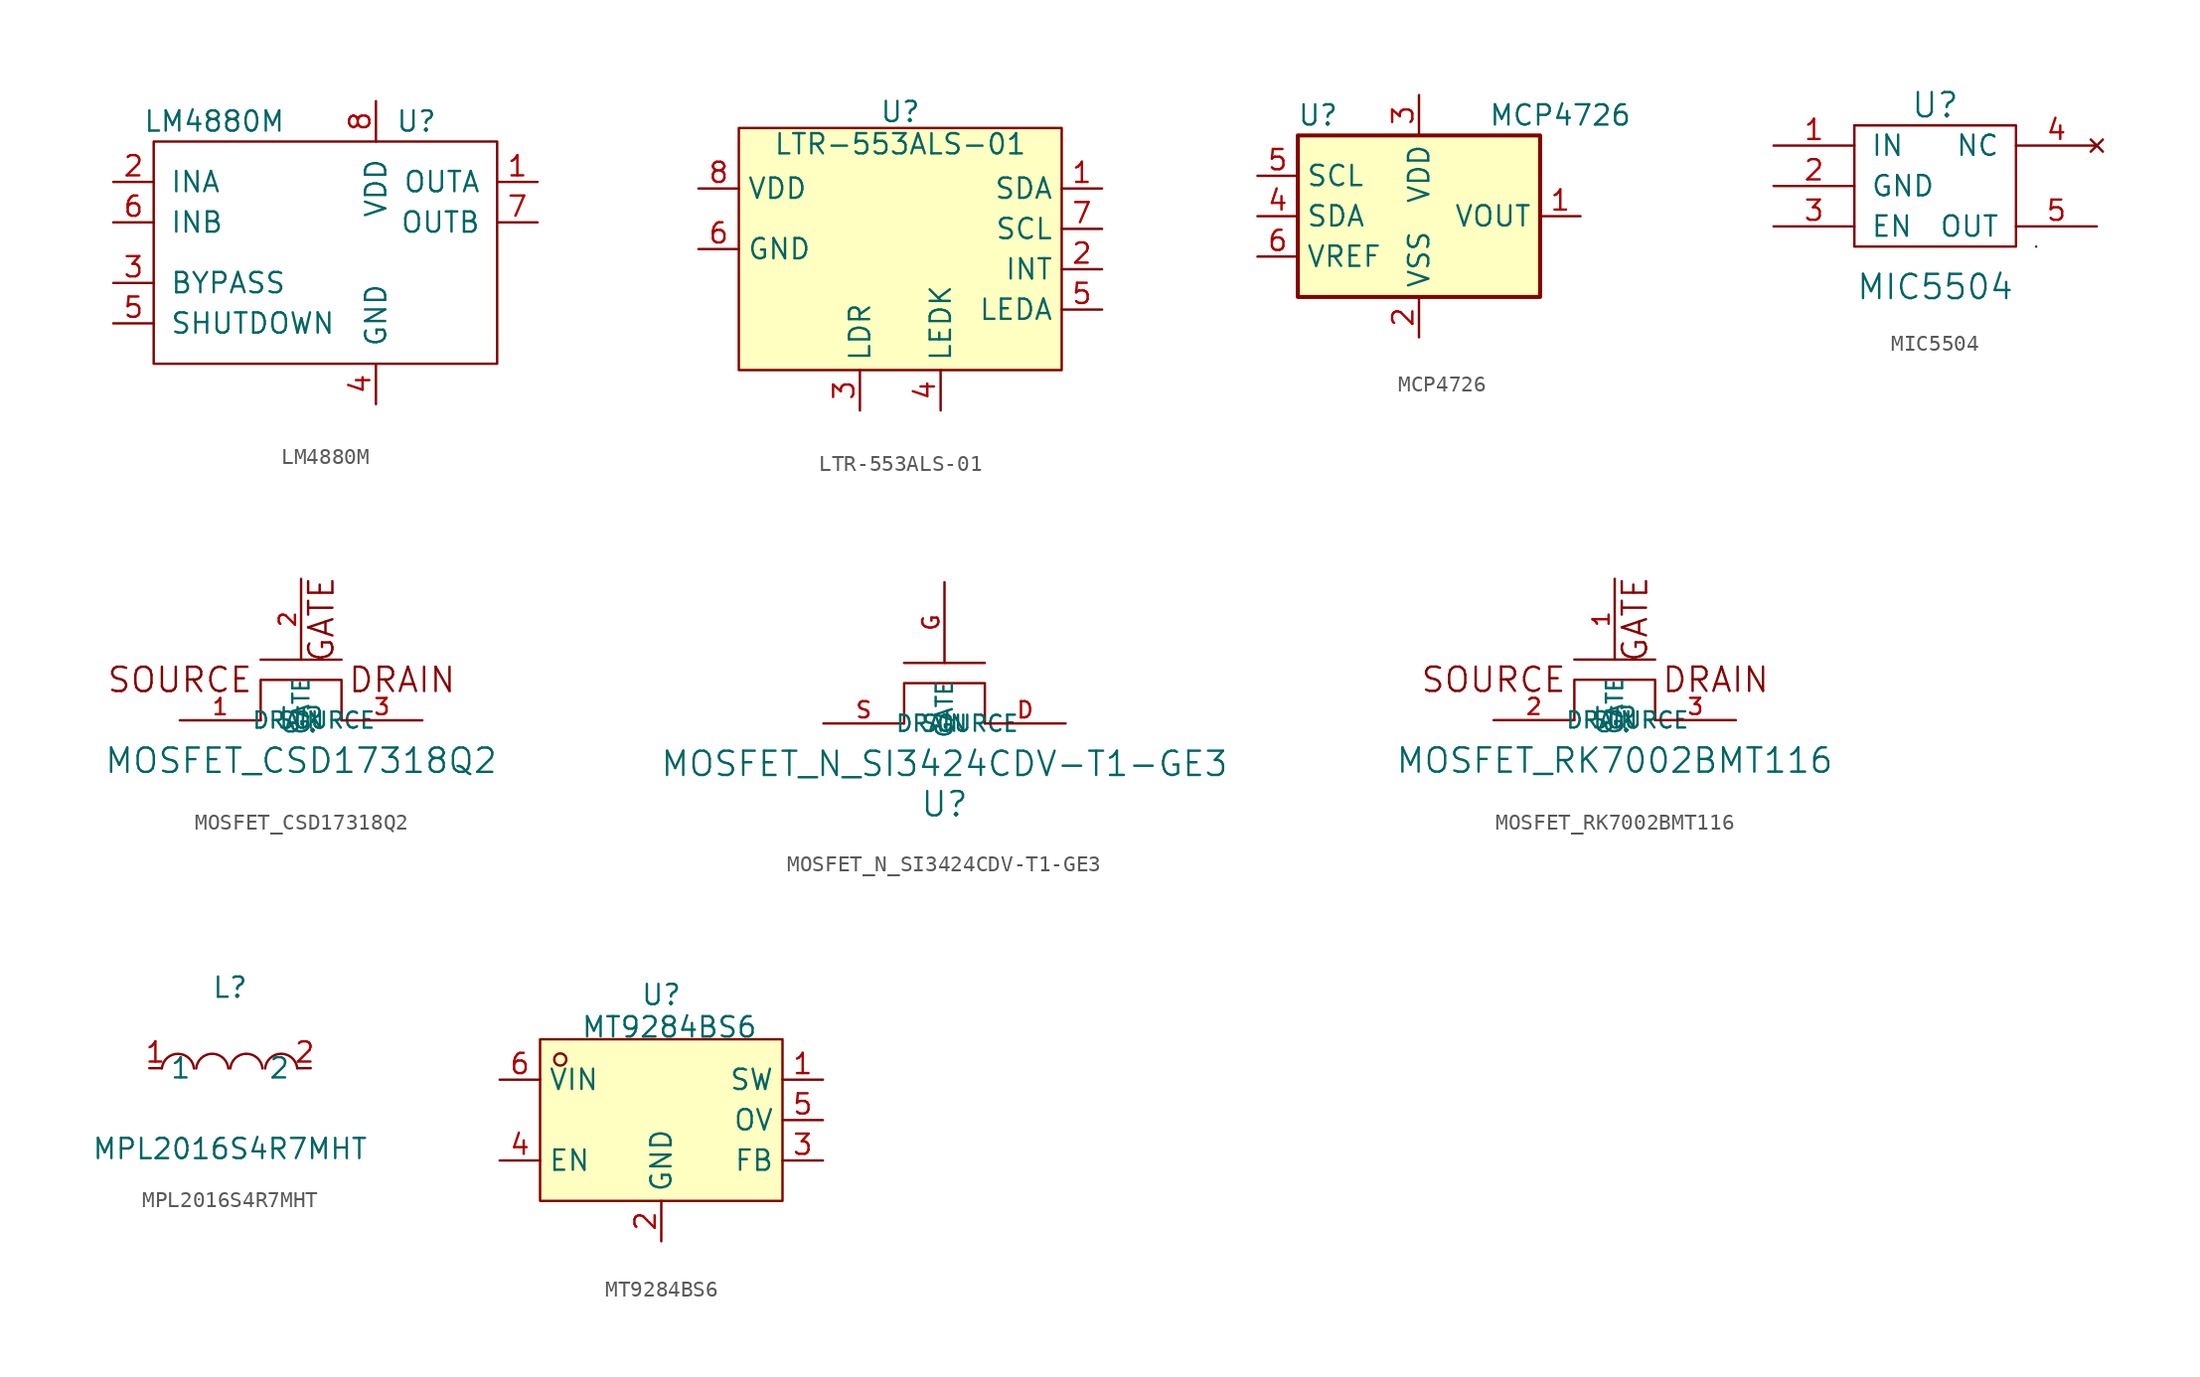
<source format=kicad_sym>
(kicad_symbol_lib
  (version 20231120)
  (generator "kicad_symbol_editor")
  (generator_version "8.0")
  (symbol "LM4880M"
    (pin_names
      (offset 1.016))
    (property "Reference" "U"
      (at 2.54 7.62 0)
      (effects (font (size 1.27 1.27))))
    (property "Value" "LM4880M"
      (at -10.16 7.62 0)
      (effects (font (size 1.27 1.27))))
    (symbol "LM4880M_0_1"
      (rectangle (start -13.97 6.35) (end 7.62 -7.62) (stroke (width 0) (type default)) (fill (type none))))
    (symbol "LM4880M_1_1"
      (pin output line (at 10.16 3.81 180) (length 2.54) (name "OUTA" (effects (font (size 1.27 1.27)))) (number "1" (effects (font (size 1.27 1.27)))))
      (pin input line (at -16.51 3.81 0) (length 2.54) (name "INA" (effects (font (size 1.27 1.27)))) (number "2" (effects (font (size 1.27 1.27)))))
      (pin input line (at -16.51 -2.54 0) (length 2.54) (name "BYPASS" (effects (font (size 1.27 1.27)))) (number "3" (effects (font (size 1.27 1.27)))))
      (pin power_in line (at 0 -10.16 90) (length 2.54) (name "GND" (effects (font (size 1.27 1.27)))) (number "4" (effects (font (size 1.27 1.27)))))
      (pin input line (at -16.51 -5.08 0) (length 2.54) (name "SHUTDOWN" (effects (font (size 1.27 1.27)))) (number "5" (effects (font (size 1.27 1.27)))))
      (pin input line (at -16.51 1.27 0) (length 2.54) (name "INB" (effects (font (size 1.27 1.27)))) (number "6" (effects (font (size 1.27 1.27)))))
      (pin output line (at 10.16 1.27 180) (length 2.54) (name "OUTB" (effects (font (size 1.27 1.27)))) (number "7" (effects (font (size 1.27 1.27)))))
      (pin power_in line (at 0 8.89 270) (length 2.54) (name "VDD" (effects (font (size 1.27 1.27)))) (number "8" (effects (font (size 1.27 1.27)))))))
  (symbol "LTR-553ALS-01"
    (property "Reference" "U"
      (at 0 7.366 0)
      (effects (font (size 1.27 1.27))))
    (property "Value" "LTR-553ALS-01"
      (at 0 5.334 0)
      (effects (font (size 1.27 1.27))))
    (symbol "LTR-553ALS-01_0_1"
      (rectangle (start -10.16 6.35) (end 10.16 -8.89) (stroke (width 0) (type default)) (fill (type background))))
    (symbol "LTR-553ALS-01_1_1"
      (pin bidirectional line (at 12.7 2.54 180) (length 2.54) (name "SDA" (effects (font (size 1.27 1.27)))) (number "1" (effects (font (size 1.27 1.27)))))
      (pin output line (at 12.7 -2.54 180) (length 2.54) (name "INT" (effects (font (size 1.27 1.27)))) (number "2" (effects (font (size 1.27 1.27)))))
      (pin output line (at -2.54 -11.43 90) (length 2.54) (name "LDR" (effects (font (size 1.27 1.27)))) (number "3" (effects (font (size 1.27 1.27)))))
      (pin input line (at 2.54 -11.43 90) (length 2.54) (name "LEDK" (effects (font (size 1.27 1.27)))) (number "4" (effects (font (size 1.27 1.27)))))
      (pin input line (at 12.7 -5.08 180) (length 2.54) (name "LEDA" (effects (font (size 1.27 1.27)))) (number "5" (effects (font (size 1.27 1.27)))))
      (pin power_in line (at -12.7 -1.27 0) (length 2.54) (name "GND" (effects (font (size 1.27 1.27)))) (number "6" (effects (font (size 1.27 1.27)))))
      (pin input line (at 12.7 0 180) (length 2.54) (name "SCL" (effects (font (size 1.27 1.27)))) (number "7" (effects (font (size 1.27 1.27)))))
      (pin power_in line (at -12.7 2.54 0) (length 2.54) (name "VDD" (effects (font (size 1.27 1.27)))) (number "8" (effects (font (size 1.27 1.27)))))))
  (symbol "MCP4726"
    (property "Reference" "U"
      (at -6.35 6.35 0)
      (effects (font (size 1.27 1.27))))
    (property "Value" "MCP4726"
      (at 8.89 6.35 0)
      (effects (font (size 1.27 1.27))))
    (symbol "MCP4726_0_1"
      (rectangle (start -7.62 5.08) (end 7.62 -5.08) (stroke (width 0.254) (type default)) (fill (type background))))
    (symbol "MCP4726_1_1"
      (pin output line (at 10.16 0 180) (length 2.54) (name "VOUT" (effects (font (size 1.27 1.27)))) (number "1" (effects (font (size 1.27 1.27)))))
      (pin power_in line (at 0 -7.62 90) (length 2.54) (name "VSS" (effects (font (size 1.27 1.27)))) (number "2" (effects (font (size 1.27 1.27)))))
      (pin power_in line (at 0 7.62 270) (length 2.54) (name "VDD" (effects (font (size 1.27 1.27)))) (number "3" (effects (font (size 1.27 1.27)))))
      (pin bidirectional line (at -10.16 0 0) (length 2.54) (name "SDA" (effects (font (size 1.27 1.27)))) (number "4" (effects (font (size 1.27 1.27)))))
      (pin input line (at -10.16 2.54 0) (length 2.54) (name "SCL" (effects (font (size 1.27 1.27)))) (number "5" (effects (font (size 1.27 1.27)))))
      (pin input line (at -10.16 -2.54 0) (length 2.54) (name "VREF" (effects (font (size 1.27 1.27)))) (number "6" (effects (font (size 1.27 1.27)))))))
  (symbol "MIC5504"
    (pin_names
      (offset 1.016))
    (property "Reference" "U"
      (at 0 10.16 0)
      (effects (font (size 1.524 1.524))))
    (property "Value" "MIC5504"
      (at 0 -1.27 0)
      (effects (font (size 1.524 1.524))))
    (property "Footprint" ""
      (at 0 -1.27 0)
      (effects (font (size 1.524 1.524))))
    (property "Datasheet" ""
      (at 0 -1.27 0)
      (effects (font (size 1.524 1.524))))
    (symbol "MIC5504_0_1"
      (rectangle (start -5.08 8.89) (end -5.08 8.89) (stroke (width 0) (type default)) (fill (type none)))
      (rectangle (start 5.08 1.27) (end -5.08 8.89) (stroke (width 0) (type default)) (fill (type none)))
      (rectangle (start 6.35 1.27) (end 6.35 1.27) (stroke (width 0) (type default)) (fill (type none))))
    (symbol "MIC5504_1_1"
      (pin input line (at -10.16 7.62 0) (length 5.08) (name "IN" (effects (font (size 1.27 1.27)))) (number "1" (effects (font (size 1.27 1.27)))))
      (pin input line (at -10.16 5.08 0) (length 5.08) (name "GND" (effects (font (size 1.27 1.27)))) (number "2" (effects (font (size 1.27 1.27)))))
      (pin input line (at -10.16 2.54 0) (length 5.08) (name "EN" (effects (font (size 1.27 1.27)))) (number "3" (effects (font (size 1.27 1.27)))))
      (pin no_connect line (at 10.16 7.62 180) (length 5.08) (name "NC" (effects (font (size 1.27 1.27)))) (number "4" (effects (font (size 1.27 1.27)))))
      (pin output line (at 10.16 2.54 180) (length 5.08) (name "OUT" (effects (font (size 1.27 1.27)))) (number "5" (effects (font (size 1.27 1.27)))))))
  (symbol "MOSFET_CSD17318Q2"
    (pin_names
      (offset 1.016))
    (property "Reference" "U"
      (at 0 2.54 0)
      (effects (font (size 1.524 1.524))))
    (property "Value" "MOSFET_CSD17318Q2"
      (at 0 0 0)
      (effects (font (size 1.524 1.524))))
    (property "Footprint" ""
      (at 0 -1.27 0)
      (effects (font (size 1.524 1.524))))
    (property "Datasheet" ""
      (at 0 -1.27 0)
      (effects (font (size 1.524 1.524))))
    (symbol "MOSFET_CSD17318Q2_0_0"
      (text "DRAIN" (at 6.35 5.08 0) (effects (font (size 1.524 1.524))))
      (text "GATE" (at 1.27 8.89 900) (effects (font (size 1.524 1.524))))
      (text "SOURCE" (at -7.62 5.08 0) (effects (font (size 1.524 1.524)))))
    (symbol "MOSFET_CSD17318Q2_0_1"
      (polyline (pts (xy 2.54 6.35) (xy -2.54 6.35)) (stroke (width 0) (type default)) (fill (type none)))
      (polyline (pts (xy -2.54 2.54) (xy -2.54 5.08) (xy 2.54 5.08) (xy 2.54 2.54)) (stroke (width 0) (type default)) (fill (type none))))
    (symbol "MOSFET_CSD17318Q2_1_1"
      (pin power_in line (at -7.62 2.54 0) (length 5.08) (name "SOURCE" (effects (font (size 1.016 1.016)))) (number "1" (effects (font (size 1.016 1.016)))))
      (pin input line (at 0 11.43 270) (length 5.08) (name "GATE" (effects (font (size 1.016 1.016)))) (number "2" (effects (font (size 1.016 1.016)))))
      (pin power_out line (at 7.62 2.54 180) (length 5.08) (name "DRAIN" (effects (font (size 1.016 1.016)))) (number "3" (effects (font (size 1.016 1.016)))))))
  (symbol "MOSFET_N_SI3424CDV-T1-GE3"
    (pin_names
      (offset 1.016))
    (property "Reference" "U"
      (at 0 -2.54 0)
      (effects (font (size 1.524 1.524))))
    (property "Value" "MOSFET_N_SI3424CDV-T1-GE3"
      (at 0 0 0)
      (effects (font (size 1.524 1.524))))
    (property "Footprint" ""
      (at 0 -1.27 0)
      (effects (font (size 1.524 1.524))))
    (property "Datasheet" ""
      (at 0 -1.27 0)
      (effects (font (size 1.524 1.524))))
    (symbol "MOSFET_N_SI3424CDV-T1-GE3_0_1"
      (polyline (pts (xy 2.54 6.35) (xy -2.54 6.35)) (stroke (width 0) (type default)) (fill (type none)))
      (polyline (pts (xy -2.54 2.54) (xy -2.54 5.08) (xy 2.54 5.08) (xy 2.54 2.54)) (stroke (width 0) (type default)) (fill (type none))))
    (symbol "MOSFET_N_SI3424CDV-T1-GE3_1_1"
      (pin output line (at 7.62 2.54 180) (length 5.08) (name "DRAIN" (effects (font (size 1.016 1.016)))) (number "D" (effects (font (size 1.016 1.016)))))
      (pin input line (at 0 11.43 270) (length 5.08) (name "GATE" (effects (font (size 1.016 1.016)))) (number "G" (effects (font (size 1.016 1.016)))))
      (pin input line (at -7.62 2.54 0) (length 5.08) (name "SOURCE" (effects (font (size 1.016 1.016)))) (number "S" (effects (font (size 1.016 1.016)))))))
  (symbol "MOSFET_RK7002BMT116"
    (pin_names
      (offset 1.016))
    (property "Reference" "U"
      (at 0 2.54 0)
      (effects (font (size 1.524 1.524))))
    (property "Value" "MOSFET_RK7002BMT116"
      (at 0 0 0)
      (effects (font (size 1.524 1.524))))
    (property "Footprint" ""
      (at 0 -1.27 0)
      (effects (font (size 1.524 1.524))))
    (property "Datasheet" ""
      (at 0 -1.27 0)
      (effects (font (size 1.524 1.524))))
    (symbol "MOSFET_RK7002BMT116_0_0"
      (text "DRAIN" (at 6.35 5.08 0) (effects (font (size 1.524 1.524))))
      (text "GATE" (at 1.27 8.89 900) (effects (font (size 1.524 1.524))))
      (text "SOURCE" (at -7.62 5.08 0) (effects (font (size 1.524 1.524)))))
    (symbol "MOSFET_RK7002BMT116_0_1"
      (polyline (pts (xy 2.54 6.35) (xy -2.54 6.35)) (stroke (width 0) (type default)) (fill (type none)))
      (polyline (pts (xy -2.54 2.54) (xy -2.54 5.08) (xy 2.54 5.08) (xy 2.54 2.54)) (stroke (width 0) (type default)) (fill (type none))))
    (symbol "MOSFET_RK7002BMT116_1_1"
      (pin input line (at 0 11.43 270) (length 5.08) (name "GATE" (effects (font (size 1.016 1.016)))) (number "1" (effects (font (size 1.016 1.016)))))
      (pin power_in line (at -7.62 2.54 0) (length 5.08) (name "SOURCE" (effects (font (size 1.016 1.016)))) (number "2" (effects (font (size 1.016 1.016)))))
      (pin power_out line (at 7.62 2.54 180) (length 5.08) (name "DRAIN" (effects (font (size 1.016 1.016)))) (number "3" (effects (font (size 1.016 1.016)))))))
  (symbol "MPL2016S4R7MHT"
    (property "Reference" "L"
      (at 0 5.08 0)
      (effects (font (size 1.27 1.27))))
    (property "Value" "MPL2016S4R7MHT"
      (at 0 -5.08 0)
      (effects (font (size 1.27 1.27))))
    (symbol "MPL2016S4R7MHT_0_1"
      (arc (start -2.27 -0.02) (mid -3.28 0.9027) (end -4.29 -0.02) (stroke (width 0) (type default)) (fill (type none)))
      (arc (start -0.11 -0.02) (mid -1.12 0.9071) (end -2.13 -0.02) (stroke (width 0) (type default)) (fill (type none)))
      (arc (start 2.04 -0.02) (mid 1.03 0.9071) (end 0.02 -0.02) (stroke (width 0) (type default)) (fill (type none)))
      (arc (start 4.23 -0.02) (mid 3.22 0.9071) (end 2.21 -0.02) (stroke (width 0) (type default)) (fill (type none))))
    (symbol "MPL2016S4R7MHT_1_1"
      (pin passive line (at -5.08 0 0) (length 0.762) (name "1" (effects (font (size 1.27 1.27)))) (number "1" (effects (font (size 1.27 1.27)))))
      (pin passive line (at 5.08 0 180) (length 0.762) (name "2" (effects (font (size 1.27 1.27)))) (number "2" (effects (font (size 1.27 1.27)))))))
  (symbol "MT9284BS6"
    (property "Reference" "U"
      (at 0 7.874 0)
      (effects (font (size 1.27 1.27))))
    (property "Value" "MT9284BS6"
      (at 0.508 5.842 0)
      (effects (font (size 1.27 1.27))))
    (symbol "MT9284BS6_0_1"
      (rectangle (start -7.62 5.08) (end 7.62 -5.08) (stroke (width 0) (type default)) (fill (type background)))
      (circle (center -6.35 3.81) (radius 0.38) (stroke (width 0) (type default)) (fill (type none)))
      (pin output line (at 10.16 2.54 180) (length 2.54) (name "SW" (effects (font (size 1.27 1.27)))) (number "1" (effects (font (size 1.27 1.27)))))
      (pin power_in line (at 0 -7.62 90) (length 2.54) (name "GND" (effects (font (size 1.27 1.27)))) (number "2" (effects (font (size 1.27 1.27)))))
      (pin input line (at 10.16 -2.54 180) (length 2.54) (name "FB" (effects (font (size 1.27 1.27)))) (number "3" (effects (font (size 1.27 1.27)))))
      (pin input line (at -10.16 -2.54 0) (length 2.54) (name "EN" (effects (font (size 1.27 1.27)))) (number "4" (effects (font (size 1.27 1.27)))))
      (pin input line (at 10.16 0 180) (length 2.54) (name "OV" (effects (font (size 1.27 1.27)))) (number "5" (effects (font (size 1.27 1.27)))))
      (pin power_in line (at -10.16 2.54 0) (length 2.54) (name "VIN" (effects (font (size 1.27 1.27)))) (number "6" (effects (font (size 1.27 1.27))))))))
</source>
